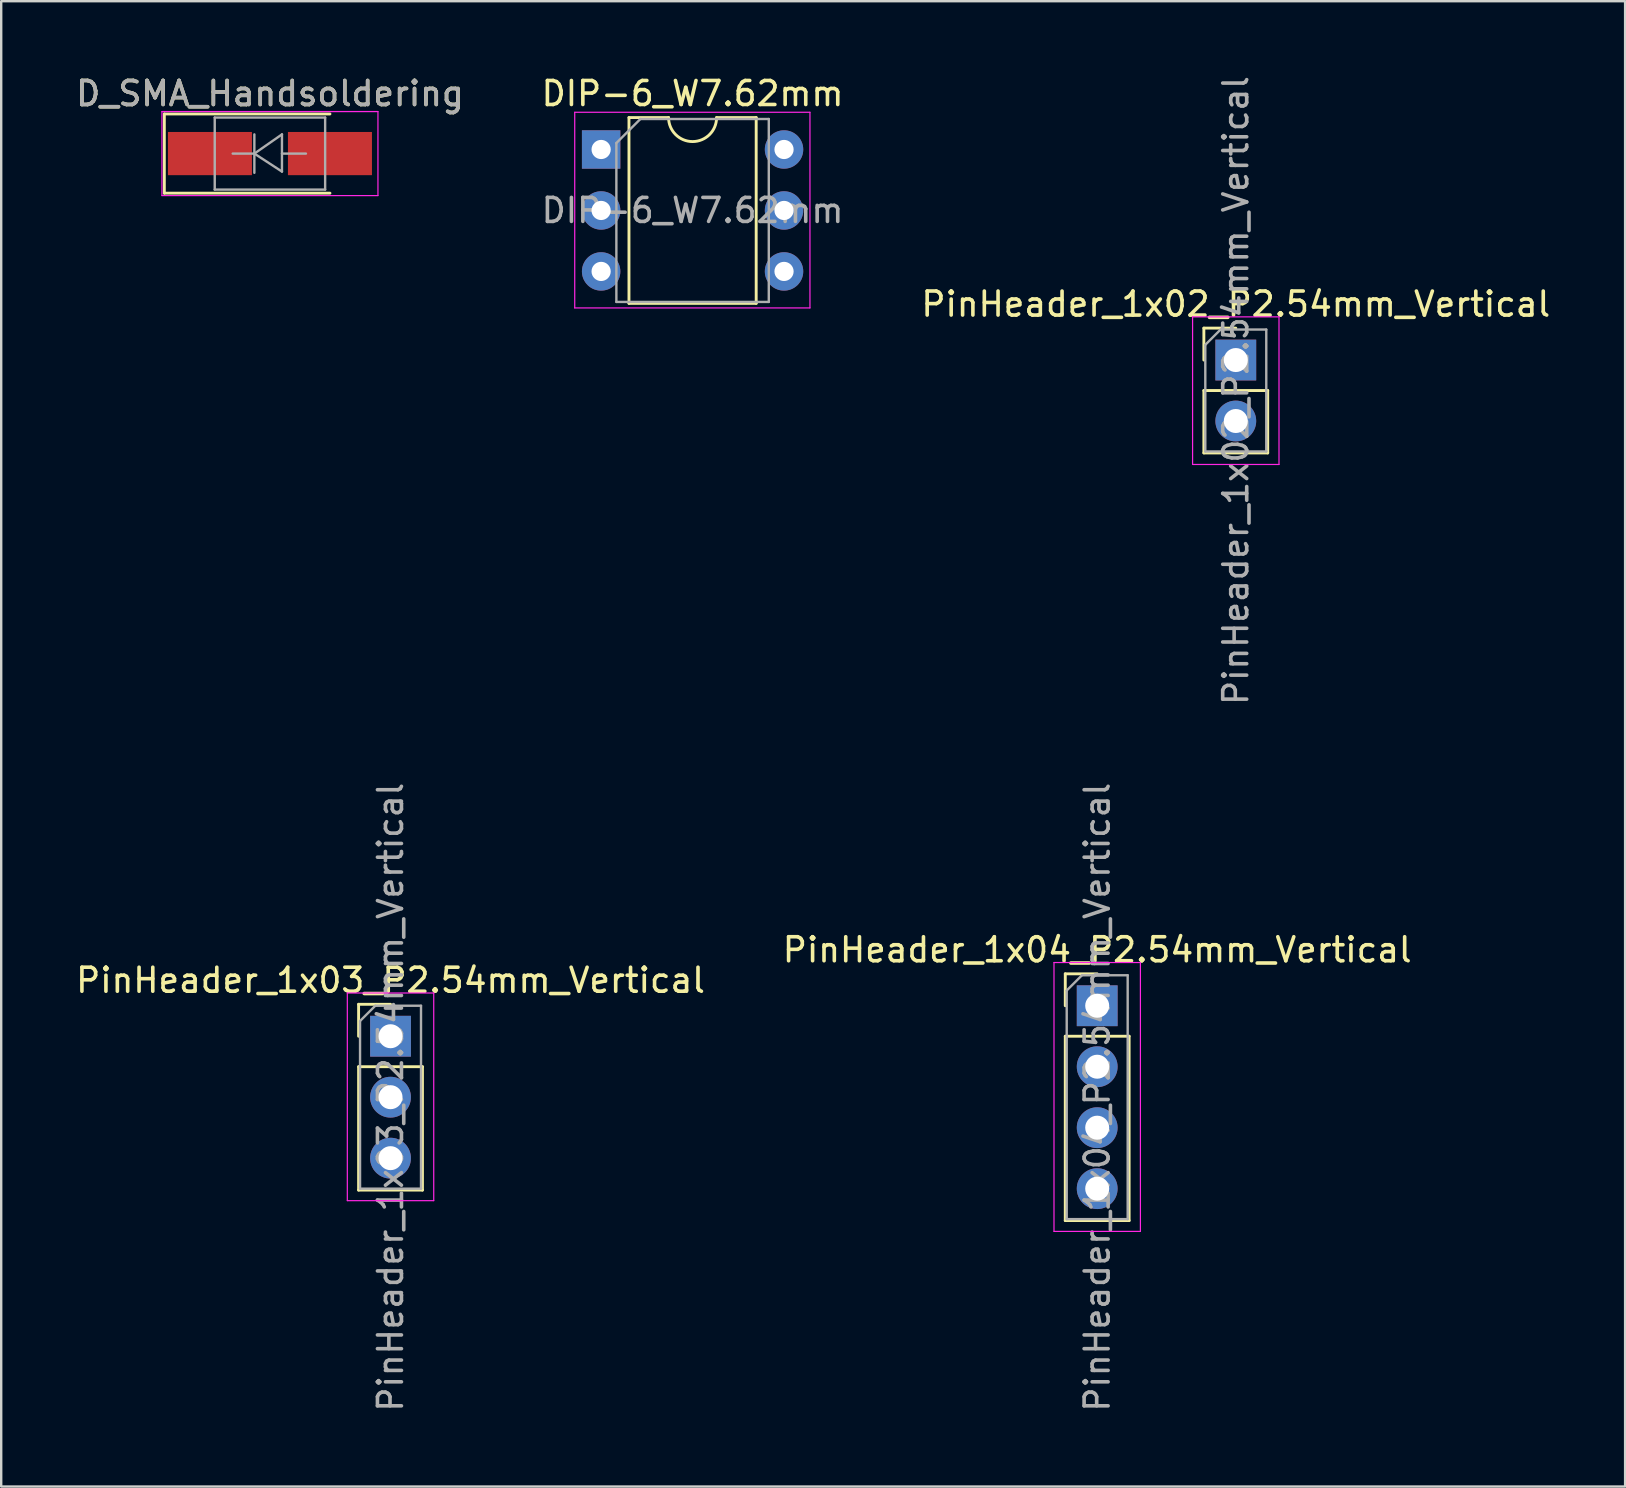
<source format=kicad_pcb>
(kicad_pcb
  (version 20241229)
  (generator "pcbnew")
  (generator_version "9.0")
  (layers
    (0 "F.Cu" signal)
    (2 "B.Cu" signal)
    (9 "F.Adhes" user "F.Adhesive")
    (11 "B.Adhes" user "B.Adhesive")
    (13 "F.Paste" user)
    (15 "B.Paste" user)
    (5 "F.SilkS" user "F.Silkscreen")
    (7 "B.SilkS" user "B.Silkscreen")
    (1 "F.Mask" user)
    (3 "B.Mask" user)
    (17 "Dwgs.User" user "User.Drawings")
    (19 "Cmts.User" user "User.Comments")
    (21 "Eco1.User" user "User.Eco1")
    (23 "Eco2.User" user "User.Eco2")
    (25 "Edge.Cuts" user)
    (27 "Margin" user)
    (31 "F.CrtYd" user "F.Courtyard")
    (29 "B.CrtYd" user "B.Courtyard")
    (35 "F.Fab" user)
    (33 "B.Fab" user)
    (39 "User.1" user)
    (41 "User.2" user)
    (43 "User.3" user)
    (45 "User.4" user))
  (footprint "PinHeader_1x03_P2.54mm_Vertical"
    (layer "F.Cu")
    (at 13.22 40.121)
    (property "Reference" "PinHeader_1x03_P2.54mm_Vertical" (at 0 -2.33 0) (layer "F.SilkS") (effects (font (size 1 1) (thickness 0.15))))
    (attr through_hole)
    (fp_line (start -1.33 -1.33) (end 0 -1.33) (stroke (width 0.12) (type solid)) (layer "F.SilkS"))
    (fp_line (start -1.33 0) (end -1.33 -1.33) (stroke (width 0.12) (type solid)) (layer "F.SilkS"))
    (fp_line (start -1.33 1.27) (end -1.33 6.41) (stroke (width 0.12) (type solid)) (layer "F.SilkS"))
    (fp_line (start -1.33 1.27) (end 1.33 1.27) (stroke (width 0.12) (type solid)) (layer "F.SilkS"))
    (fp_line (start -1.33 6.41) (end 1.33 6.41) (stroke (width 0.12) (type solid)) (layer "F.SilkS"))
    (fp_line (start 1.33 1.27) (end 1.33 6.41) (stroke (width 0.12) (type solid)) (layer "F.SilkS"))
    (fp_line (start -1.8 -1.8) (end -1.8 6.85) (stroke (width 0.05) (type solid)) (layer "F.CrtYd"))
    (fp_line (start -1.8 6.85) (end 1.8 6.85) (stroke (width 0.05) (type solid)) (layer "F.CrtYd"))
    (fp_line (start 1.8 -1.8) (end -1.8 -1.8) (stroke (width 0.05) (type solid)) (layer "F.CrtYd"))
    (fp_line (start 1.8 6.85) (end 1.8 -1.8) (stroke (width 0.05) (type solid)) (layer "F.CrtYd"))
    (fp_line (start -1.27 -0.635) (end -0.635 -1.27) (stroke (width 0.1) (type solid)) (layer "F.Fab"))
    (fp_line (start -1.27 6.35) (end -1.27 -0.635) (stroke (width 0.1) (type solid)) (layer "F.Fab"))
    (fp_line (start -0.635 -1.27) (end 1.27 -1.27) (stroke (width 0.1) (type solid)) (layer "F.Fab"))
    (fp_line (start 1.27 -1.27) (end 1.27 6.35) (stroke (width 0.1) (type solid)) (layer "F.Fab"))
    (fp_line (start 1.27 6.35) (end -1.27 6.35) (stroke (width 0.1) (type solid)) (layer "F.Fab"))
    (fp_text user "${REFERENCE}" (at 0 2.54 90) (layer "F.Fab") (effects (font (size 1 1) (thickness 0.15))))
    (pad "1" thru_hole rect (at 0 0) (size 1.7 1.7) (drill 1) (layers "*.Cu" "*.Mask"))
    (pad "2" thru_hole oval (at 0 2.54) (size 1.7 1.7) (drill 1) (layers "*.Cu" "*.Mask"))
    (pad "3" thru_hole oval (at 0 5.08) (size 1.7 1.7) (drill 1) (layers "*.Cu" "*.Mask")))
  (footprint "PinHeader_1x02_P2.54mm_Vertical"
    (layer "F.Cu")
    (at 48.435 11.95)
    (property "Reference" "PinHeader_1x02_P2.54mm_Vertical" (at 0 -2.33 0) (layer "F.SilkS") (effects (font (size 1 1) (thickness 0.15))))
    (attr through_hole)
    (fp_line (start -1.33 -1.33) (end 0 -1.33) (stroke (width 0.12) (type solid)) (layer "F.SilkS"))
    (fp_line (start -1.33 0) (end -1.33 -1.33) (stroke (width 0.12) (type solid)) (layer "F.SilkS"))
    (fp_line (start -1.33 1.27) (end -1.33 3.87) (stroke (width 0.12) (type solid)) (layer "F.SilkS"))
    (fp_line (start -1.33 1.27) (end 1.33 1.27) (stroke (width 0.12) (type solid)) (layer "F.SilkS"))
    (fp_line (start -1.33 3.87) (end 1.33 3.87) (stroke (width 0.12) (type solid)) (layer "F.SilkS"))
    (fp_line (start 1.33 1.27) (end 1.33 3.87) (stroke (width 0.12) (type solid)) (layer "F.SilkS"))
    (fp_line (start -1.8 -1.8) (end -1.8 4.35) (stroke (width 0.05) (type solid)) (layer "F.CrtYd"))
    (fp_line (start -1.8 4.35) (end 1.8 4.35) (stroke (width 0.05) (type solid)) (layer "F.CrtYd"))
    (fp_line (start 1.8 -1.8) (end -1.8 -1.8) (stroke (width 0.05) (type solid)) (layer "F.CrtYd"))
    (fp_line (start 1.8 4.35) (end 1.8 -1.8) (stroke (width 0.05) (type solid)) (layer "F.CrtYd"))
    (fp_line (start -1.27 -0.635) (end -0.635 -1.27) (stroke (width 0.1) (type solid)) (layer "F.Fab"))
    (fp_line (start -1.27 3.81) (end -1.27 -0.635) (stroke (width 0.1) (type solid)) (layer "F.Fab"))
    (fp_line (start -0.635 -1.27) (end 1.27 -1.27) (stroke (width 0.1) (type solid)) (layer "F.Fab"))
    (fp_line (start 1.27 -1.27) (end 1.27 3.81) (stroke (width 0.1) (type solid)) (layer "F.Fab"))
    (fp_line (start 1.27 3.81) (end -1.27 3.81) (stroke (width 0.1) (type solid)) (layer "F.Fab"))
    (fp_text user "${REFERENCE}" (at 0 1.27 90) (layer "F.Fab") (effects (font (size 1 1) (thickness 0.15))))
    (pad "1" thru_hole rect (at 0 0) (size 1.7 1.7) (drill 1) (layers "*.Cu" "*.Mask"))
    (pad "2" thru_hole oval (at 0 2.54) (size 1.7 1.7) (drill 1) (layers "*.Cu" "*.Mask")))
  (footprint "DIP-6_W7.62mm"
    (layer "F.Cu")
    (at 21.994 3.178)
    (property "Reference" "DIP-6_W7.62mm" (at 3.81 -2.33 0) (layer "F.SilkS") (effects (font (size 1 1) (thickness 0.15))))
    (attr through_hole)
    (fp_line (start 1.16 -1.33) (end 1.16 6.41) (stroke (width 0.12) (type solid)) (layer "F.SilkS"))
    (fp_line (start 1.16 6.41) (end 6.46 6.41) (stroke (width 0.12) (type solid)) (layer "F.SilkS"))
    (fp_line (start 2.81 -1.33) (end 1.16 -1.33) (stroke (width 0.12) (type solid)) (layer "F.SilkS"))
    (fp_line (start 6.46 -1.33) (end 4.81 -1.33) (stroke (width 0.12) (type solid)) (layer "F.SilkS"))
    (fp_line (start 6.46 6.41) (end 6.46 -1.33) (stroke (width 0.12) (type solid)) (layer "F.SilkS"))
    (fp_arc (start 4.81 -1.33) (mid 3.81 -0.33) (end 2.81 -1.33) (stroke (width 0.12) (type solid)) (layer "F.SilkS"))
    (fp_line (start -1.1 -1.55) (end -1.1 6.6) (stroke (width 0.05) (type solid)) (layer "F.CrtYd"))
    (fp_line (start -1.1 6.6) (end 8.7 6.6) (stroke (width 0.05) (type solid)) (layer "F.CrtYd"))
    (fp_line (start 8.7 -1.55) (end -1.1 -1.55) (stroke (width 0.05) (type solid)) (layer "F.CrtYd"))
    (fp_line (start 8.7 6.6) (end 8.7 -1.55) (stroke (width 0.05) (type solid)) (layer "F.CrtYd"))
    (fp_line (start 0.635 -0.27) (end 1.635 -1.27) (stroke (width 0.1) (type solid)) (layer "F.Fab"))
    (fp_line (start 0.635 6.35) (end 0.635 -0.27) (stroke (width 0.1) (type solid)) (layer "F.Fab"))
    (fp_line (start 1.635 -1.27) (end 6.985 -1.27) (stroke (width 0.1) (type solid)) (layer "F.Fab"))
    (fp_line (start 6.985 -1.27) (end 6.985 6.35) (stroke (width 0.1) (type solid)) (layer "F.Fab"))
    (fp_line (start 6.985 6.35) (end 0.635 6.35) (stroke (width 0.1) (type solid)) (layer "F.Fab"))
    (fp_text user "${REFERENCE}" (at 3.81 2.54 0) (layer "F.Fab") (effects (font (size 1 1) (thickness 0.15))))
    (pad "1" thru_hole rect (at 0 0) (size 1.6 1.6) (drill 0.8) (layers "*.Cu" "*.Mask"))
    (pad "2" thru_hole oval (at 0 2.54) (size 1.6 1.6) (drill 0.8) (layers "*.Cu" "*.Mask"))
    (pad "3" thru_hole oval (at 0 5.08) (size 1.6 1.6) (drill 0.8) (layers "*.Cu" "*.Mask"))
    (pad "4" thru_hole oval (at 7.62 5.08) (size 1.6 1.6) (drill 0.8) (layers "*.Cu" "*.Mask"))
    (pad "5" thru_hole oval (at 7.62 2.54) (size 1.6 1.6) (drill 0.8) (layers "*.Cu" "*.Mask"))
    (pad "6" thru_hole oval (at 7.62 0) (size 1.6 1.6) (drill 0.8) (layers "*.Cu" "*.Mask")))
  (footprint "PinHeader_1x04_P2.54mm_Vertical"
    (layer "F.Cu")
    (at 42.661 38.851)
    (property "Reference" "PinHeader_1x04_P2.54mm_Vertical" (at 0 -2.33 0) (layer "F.SilkS") (effects (font (size 1 1) (thickness 0.15))))
    (attr through_hole)
    (fp_line (start -1.33 -1.33) (end 0 -1.33) (stroke (width 0.12) (type solid)) (layer "F.SilkS"))
    (fp_line (start -1.33 0) (end -1.33 -1.33) (stroke (width 0.12) (type solid)) (layer "F.SilkS"))
    (fp_line (start -1.33 1.27) (end -1.33 8.95) (stroke (width 0.12) (type solid)) (layer "F.SilkS"))
    (fp_line (start -1.33 1.27) (end 1.33 1.27) (stroke (width 0.12) (type solid)) (layer "F.SilkS"))
    (fp_line (start -1.33 8.95) (end 1.33 8.95) (stroke (width 0.12) (type solid)) (layer "F.SilkS"))
    (fp_line (start 1.33 1.27) (end 1.33 8.95) (stroke (width 0.12) (type solid)) (layer "F.SilkS"))
    (fp_line (start -1.8 -1.8) (end -1.8 9.4) (stroke (width 0.05) (type solid)) (layer "F.CrtYd"))
    (fp_line (start -1.8 9.4) (end 1.8 9.4) (stroke (width 0.05) (type solid)) (layer "F.CrtYd"))
    (fp_line (start 1.8 -1.8) (end -1.8 -1.8) (stroke (width 0.05) (type solid)) (layer "F.CrtYd"))
    (fp_line (start 1.8 9.4) (end 1.8 -1.8) (stroke (width 0.05) (type solid)) (layer "F.CrtYd"))
    (fp_line (start -1.27 -0.635) (end -0.635 -1.27) (stroke (width 0.1) (type solid)) (layer "F.Fab"))
    (fp_line (start -1.27 8.89) (end -1.27 -0.635) (stroke (width 0.1) (type solid)) (layer "F.Fab"))
    (fp_line (start -0.635 -1.27) (end 1.27 -1.27) (stroke (width 0.1) (type solid)) (layer "F.Fab"))
    (fp_line (start 1.27 -1.27) (end 1.27 8.89) (stroke (width 0.1) (type solid)) (layer "F.Fab"))
    (fp_line (start 1.27 8.89) (end -1.27 8.89) (stroke (width 0.1) (type solid)) (layer "F.Fab"))
    (fp_text user "${REFERENCE}" (at 0 3.81 90) (layer "F.Fab") (effects (font (size 1 1) (thickness 0.15))))
    (pad "1" thru_hole rect (at 0 0) (size 1.7 1.7) (drill 1) (layers "*.Cu" "*.Mask"))
    (pad "2" thru_hole oval (at 0 2.54) (size 1.7 1.7) (drill 1) (layers "*.Cu" "*.Mask"))
    (pad "3" thru_hole oval (at 0 5.08) (size 1.7 1.7) (drill 1) (layers "*.Cu" "*.Mask"))
    (pad "4" thru_hole oval (at 0 7.62) (size 1.7 1.7) (drill 1) (layers "*.Cu" "*.Mask")))
  (footprint "D_SMA_Handsoldering"
    (layer "F.Cu")
    (at 8.196 3.348)
    (property "Reference" "D_SMA_Handsoldering" (at 0 -2.5 0) (layer "F.SilkS") (effects (font (size 1 1) (thickness 0.15))))
    (attr smd)
    (fp_line (start -4.4 -1.65) (end -4.4 1.65) (stroke (width 0.12) (type solid)) (layer "F.SilkS"))
    (fp_line (start -4.4 -1.65) (end 2.5 -1.65) (stroke (width 0.12) (type solid)) (layer "F.SilkS"))
    (fp_line (start -4.4 1.65) (end 2.5 1.65) (stroke (width 0.12) (type solid)) (layer "F.SilkS"))
    (fp_line (start -4.5 -1.75) (end 4.5 -1.75) (stroke (width 0.05) (type solid)) (layer "F.CrtYd"))
    (fp_line (start -4.5 1.75) (end -4.5 -1.75) (stroke (width 0.05) (type solid)) (layer "F.CrtYd"))
    (fp_line (start 4.5 -1.75) (end 4.5 1.75) (stroke (width 0.05) (type solid)) (layer "F.CrtYd"))
    (fp_line (start 4.5 1.75) (end -4.5 1.75) (stroke (width 0.05) (type solid)) (layer "F.CrtYd"))
    (fp_line (start -2.3 1.5) (end -2.3 -1.5) (stroke (width 0.1) (type solid)) (layer "F.Fab"))
    (fp_line (start -0.649 -0.799) (end -0.649 0.801) (stroke (width 0.1) (type solid)) (layer "F.Fab"))
    (fp_line (start -0.649 0.001) (end -1.551 0.001) (stroke (width 0.1) (type solid)) (layer "F.Fab"))
    (fp_line (start -0.649 0.001) (end 0.501 -0.799) (stroke (width 0.1) (type solid)) (layer "F.Fab"))
    (fp_line (start -0.649 0.001) (end 0.501 0.75) (stroke (width 0.1) (type solid)) (layer "F.Fab"))
    (fp_line (start 0.501 0.001) (end 1.499 0.001) (stroke (width 0.1) (type solid)) (layer "F.Fab"))
    (fp_line (start 0.501 0.75) (end 0.501 -0.799) (stroke (width 0.1) (type solid)) (layer "F.Fab"))
    (fp_line (start 2.3 -1.5) (end -2.3 -1.5) (stroke (width 0.1) (type solid)) (layer "F.Fab"))
    (fp_line (start 2.3 -1.5) (end 2.3 1.5) (stroke (width 0.1) (type solid)) (layer "F.Fab"))
    (fp_line (start 2.3 1.5) (end -2.3 1.5) (stroke (width 0.1) (type solid)) (layer "F.Fab"))
    (fp_text user "${REFERENCE}" (at 0 -2.5 0) (layer "F.Fab") (effects (font (size 1 1) (thickness 0.15))))
    (pad "1" smd rect (at -2.5 0) (size 3.5 1.8) (layers "F.Cu" "F.Mask" "F.Paste"))
    (pad "2" smd rect (at 2.5 0) (size 3.5 1.8) (layers "F.Cu" "F.Mask" "F.Paste")))
  (gr_rect
    (start -3 -3)
    (end 64.655 58.881)
    (stroke (width 0.1) (type default))
    (fill no)
    (layer "Edge.Cuts")))
</source>
